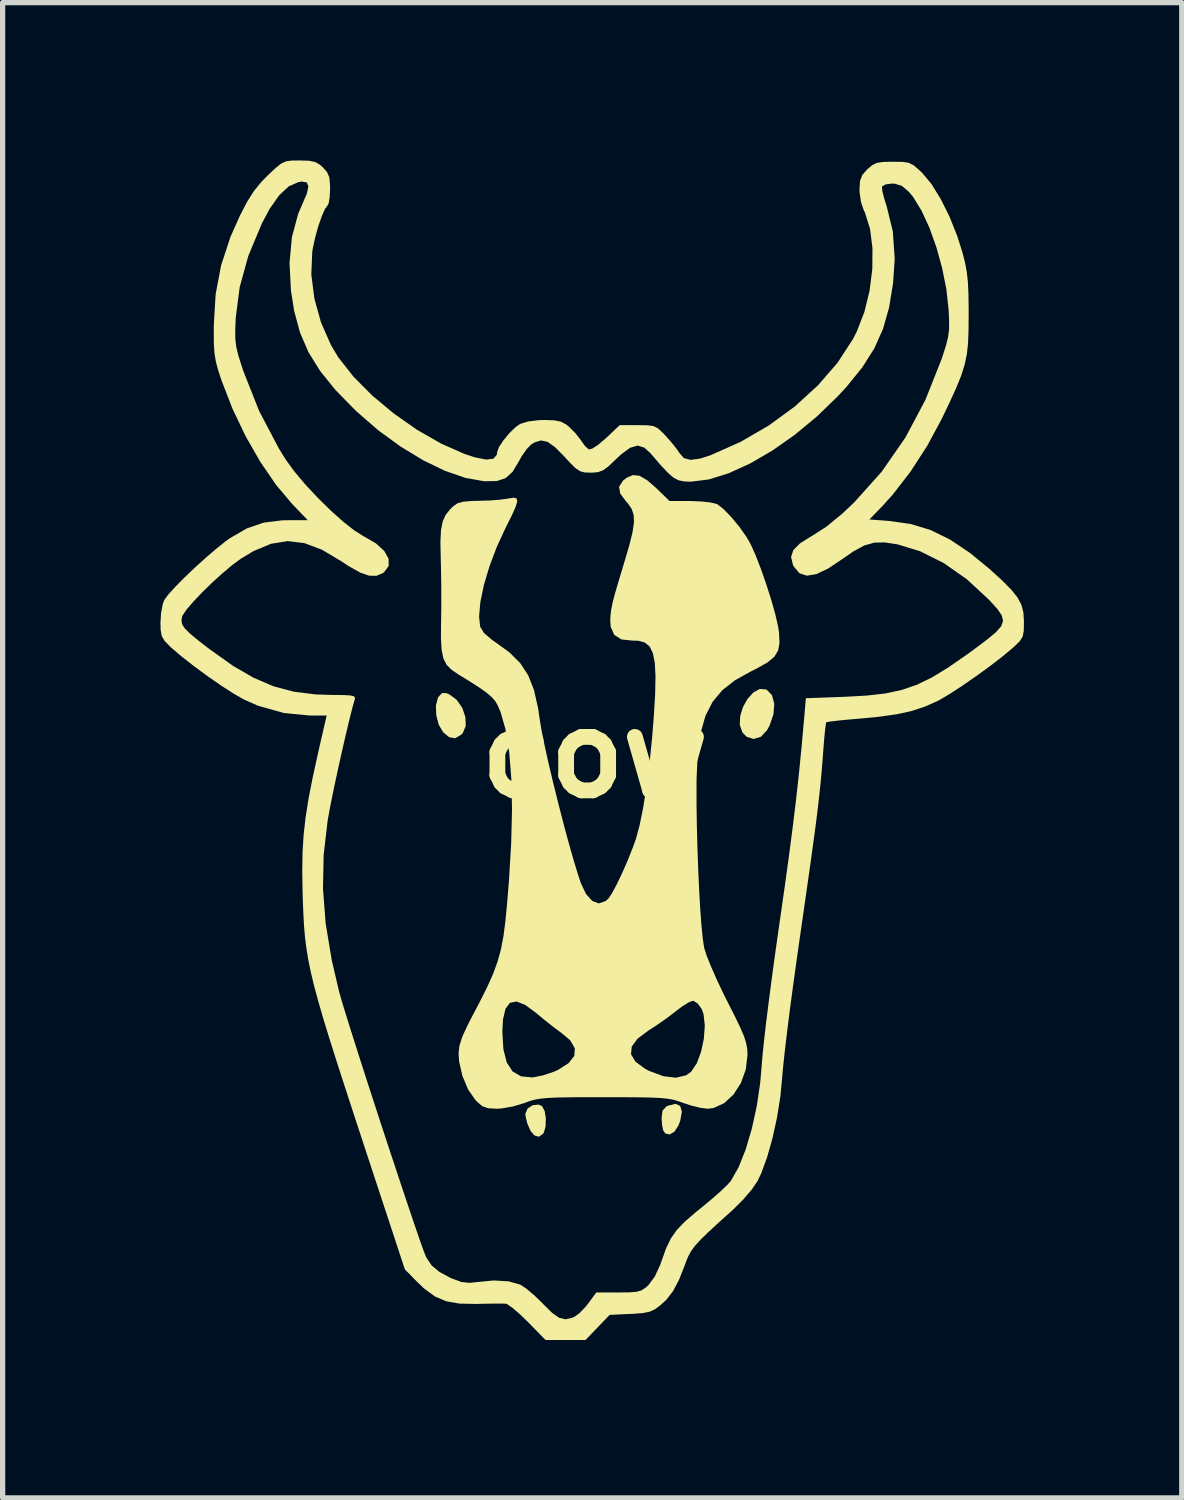
<source format=kicad_pcb>
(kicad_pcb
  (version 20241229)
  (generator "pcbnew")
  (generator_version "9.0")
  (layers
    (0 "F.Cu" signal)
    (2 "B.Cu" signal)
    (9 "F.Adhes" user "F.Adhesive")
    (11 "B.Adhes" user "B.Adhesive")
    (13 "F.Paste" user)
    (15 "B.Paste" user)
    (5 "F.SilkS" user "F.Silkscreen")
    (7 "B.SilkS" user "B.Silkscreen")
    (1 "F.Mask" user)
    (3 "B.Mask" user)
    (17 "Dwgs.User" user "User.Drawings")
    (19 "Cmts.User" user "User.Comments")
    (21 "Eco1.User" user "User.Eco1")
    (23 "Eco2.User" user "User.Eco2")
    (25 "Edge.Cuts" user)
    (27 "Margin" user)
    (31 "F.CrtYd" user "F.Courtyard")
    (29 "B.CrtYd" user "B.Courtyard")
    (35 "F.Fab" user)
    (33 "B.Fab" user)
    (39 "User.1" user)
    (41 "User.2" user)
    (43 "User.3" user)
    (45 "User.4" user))
  (footprint "cow"
    (layer "F.Cu")
    (at 8.255 11.283)
    (property "Reference" "cow" (at 0 0 0) (layer "F.SilkS") (effects (font (size 1.524 1.524) (thickness 0.3))))
    (attr board_only exclude_from_pos_files exclude_from_bom)
    (fp_poly (pts (xy 1.623 6.687) (xy 1.655 6.796) (xy 1.625 6.966) (xy 1.59 7.06) (xy 1.513 7.178) (xy 1.421 7.23) (xy 1.339 7.21) (xy 1.3 7.152) (xy 1.279 7.051) (xy 1.27 6.913) (xy 1.27 6.907) (xy 1.288 6.776) (xy 1.357 6.701) (xy 1.389 6.684) (xy 1.533 6.648)) (stroke (width 0) (type solid)) (fill yes) (layer "F.SilkS"))
    (fp_poly (pts (xy -1.003 6.691) (xy -0.953 6.783) (xy -0.93 6.926) (xy -0.935 7.078) (xy -0.969 7.196) (xy -0.987 7.219) (xy -1.061 7.273) (xy -1.136 7.252) (xy -1.157 7.24) (xy -1.222 7.159) (xy -1.281 7.025) (xy -1.316 6.882) (xy -1.319 6.834) (xy -1.277 6.737) (xy -1.18 6.674) (xy -1.066 6.662)) (stroke (width 0) (type solid)) (fill yes) (layer "F.SilkS"))
    (fp_poly (pts (xy -2.82 -1.157) (xy -2.765 -1.135) (xy -2.623 -1.03) (xy -2.518 -0.877) (xy -2.459 -0.702) (xy -2.453 -0.534) (xy -2.509 -0.398) (xy -2.532 -0.374) (xy -2.652 -0.302) (xy -2.767 -0.32) (xy -2.88 -0.414) (xy -2.965 -0.555) (xy -3.013 -0.737) (xy -3.02 -0.922) (xy -2.981 -1.072) (xy -2.964 -1.097) (xy -2.898 -1.161)) (stroke (width 0) (type solid)) (fill yes) (layer "F.SilkS"))
    (fp_poly (pts (xy 3.258 -1.228) (xy 3.269 -1.223) (xy 3.369 -1.118) (xy 3.412 -0.956) (xy 3.396 -0.757) (xy 3.323 -0.544) (xy 3.273 -0.452) (xy 3.156 -0.329) (xy 3.019 -0.287) (xy 2.887 -0.329) (xy 2.805 -0.413) (xy 2.756 -0.556) (xy 2.764 -0.724) (xy 2.817 -0.895) (xy 2.905 -1.052) (xy 3.015 -1.172) (xy 3.137 -1.238)) (stroke (width 0) (type solid)) (fill yes) (layer "F.SilkS"))
    (fp_poly (pts (xy 0.853 -5.289) (xy 0.999 -5.203) (xy 1.183 -5.042) (xy 1.186 -5.038) (xy 1.42 -4.811) (xy 1.821 -4.81) (xy 2.023 -4.802) (xy 2.197 -4.783) (xy 2.312 -4.756) (xy 2.327 -4.75) (xy 2.448 -4.656) (xy 2.596 -4.504) (xy 2.748 -4.32) (xy 2.882 -4.13) (xy 2.958 -3.999) (xy 3.053 -3.789) (xy 3.156 -3.524) (xy 3.259 -3.23) (xy 3.354 -2.932) (xy 3.432 -2.655) (xy 3.484 -2.426) (xy 3.502 -2.31) (xy 3.511 -2.115) (xy 3.485 -1.968) (xy 3.412 -1.849) (xy 3.28 -1.74) (xy 3.073 -1.624) (xy 2.963 -1.569) (xy 2.663 -1.402) (xy 2.424 -1.214) (xy 2.239 -0.993) (xy 2.104 -0.727) (xy 2.012 -0.405) (xy 1.957 -0.014) (xy 1.935 0.457) (xy 1.934 0.562) (xy 1.934 0.947) (xy 1.94 1.358) (xy 1.951 1.778) (xy 1.966 2.193) (xy 1.984 2.588) (xy 2.005 2.949) (xy 2.028 3.259) (xy 2.052 3.504) (xy 2.077 3.669) (xy 2.081 3.688) (xy 2.127 3.833) (xy 2.211 4.041) (xy 2.321 4.291) (xy 2.448 4.559) (xy 2.526 4.714) (xy 2.667 4.993) (xy 2.768 5.203) (xy 2.836 5.362) (xy 2.876 5.487) (xy 2.897 5.596) (xy 2.903 5.705) (xy 2.903 5.716) (xy 2.87 5.995) (xy 2.777 6.253) (xy 2.636 6.472) (xy 2.459 6.635) (xy 2.258 6.727) (xy 2.145 6.741) (xy 2.006 6.723) (xy 1.824 6.678) (xy 1.683 6.631) (xy 1.588 6.597) (xy 1.494 6.57) (xy 1.39 6.551) (xy 1.259 6.537) (xy 1.088 6.529) (xy 0.863 6.524) (xy 0.57 6.522) (xy 0.194 6.521) (xy 0.171 6.521) (xy -0.21 6.521) (xy -0.507 6.524) (xy -0.734 6.528) (xy -0.907 6.537) (xy -1.038 6.55) (xy -1.142 6.569) (xy -1.233 6.594) (xy -1.325 6.628) (xy -1.333 6.631) (xy -1.552 6.697) (xy -1.776 6.736) (xy -1.864 6.741) (xy -2.026 6.732) (xy -2.135 6.694) (xy -2.238 6.608) (xy -2.268 6.576) (xy -2.408 6.375) (xy -2.516 6.117) (xy -2.579 5.839) (xy -2.589 5.687) (xy -2.573 5.544) (xy -2.52 5.377) (xy -2.474 5.275) (xy -1.757 5.275) (xy -1.737 5.611) (xy -1.673 5.862) (xy -1.562 6.032) (xy -1.402 6.125) (xy -1.191 6.145) (xy -1.165 6.143) (xy -0.982 6.106) (xy -0.781 6.039) (xy -0.701 6.004) (xy -0.497 5.874) (xy -0.389 5.736) (xy -0.387 5.706) (xy 0.689 5.706) (xy 0.773 5.846) (xy 0.954 5.98) (xy 1.033 6.022) (xy 1.305 6.123) (xy 1.543 6.151) (xy 1.737 6.105) (xy 1.83 6.039) (xy 1.938 5.879) (xy 2.021 5.657) (xy 2.074 5.406) (xy 2.091 5.157) (xy 2.067 4.942) (xy 2.032 4.845) (xy 1.956 4.741) (xy 1.876 4.69) (xy 1.866 4.689) (xy 1.785 4.719) (xy 1.661 4.796) (xy 1.546 4.883) (xy 1.371 5.018) (xy 1.164 5.162) (xy 1.022 5.253) (xy 0.814 5.408) (xy 0.703 5.559) (xy 0.689 5.706) (xy -0.387 5.706) (xy -0.379 5.592) (xy -0.466 5.442) (xy -0.626 5.306) (xy -0.782 5.191) (xy -0.966 5.045) (xy -1.117 4.919) (xy -1.323 4.767) (xy -1.487 4.703) (xy -1.612 4.727) (xy -1.697 4.841) (xy -1.745 5.044) (xy -1.757 5.275) (xy -2.474 5.275) (xy -2.422 5.162) (xy -2.362 5.045) (xy -2.184 4.705) (xy -2.042 4.422) (xy -1.932 4.176) (xy -1.849 3.948) (xy -1.785 3.718) (xy -1.737 3.468) (xy -1.699 3.178) (xy -1.666 2.828) (xy -1.632 2.418) (xy -1.589 1.701) (xy -1.573 1.05) (xy -1.586 0.47) (xy -1.626 -0.033) (xy -1.693 -0.456) (xy -1.788 -0.792) (xy -1.843 -0.921) (xy -1.89 -1.004) (xy -1.956 -1.081) (xy -2.055 -1.166) (xy -2.2 -1.268) (xy -2.406 -1.4) (xy -2.593 -1.514) (xy -2.723 -1.603) (xy -2.816 -1.697) (xy -2.876 -1.814) (xy -2.91 -1.973) (xy -2.924 -2.19) (xy -2.922 -2.485) (xy -2.921 -2.53) (xy -2.917 -2.844) (xy -2.918 -3.197) (xy -2.923 -3.537) (xy -2.928 -3.737) (xy -2.934 -4.035) (xy -2.923 -4.256) (xy -2.891 -4.421) (xy -2.833 -4.549) (xy -2.743 -4.66) (xy -2.686 -4.714) (xy -2.608 -4.767) (xy -2.501 -4.797) (xy -2.34 -4.811) (xy -2.205 -4.814) (xy -1.994 -4.82) (xy -1.796 -4.836) (xy -1.652 -4.856) (xy -1.649 -4.857) (xy -1.546 -4.873) (xy -1.487 -4.861) (xy -1.473 -4.807) (xy -1.503 -4.702) (xy -1.579 -4.532) (xy -1.687 -4.317) (xy -1.859 -3.947) (xy -2 -3.574) (xy -2.107 -3.216) (xy -2.175 -2.89) (xy -2.199 -2.614) (xy -2.179 -2.421) (xy -2.106 -2.301) (xy -1.948 -2.167) (xy -1.891 -2.128) (xy -1.622 -1.933) (xy -1.417 -1.729) (xy -1.265 -1.496) (xy -1.155 -1.217) (xy -1.077 -0.87) (xy -1.044 -0.643) (xy -1.01 -0.441) (xy -0.954 -0.165) (xy -0.88 0.169) (xy -0.792 0.539) (xy -0.695 0.929) (xy -0.595 1.319) (xy -0.495 1.69) (xy -0.4 2.024) (xy -0.315 2.302) (xy -0.267 2.446) (xy -0.167 2.659) (xy -0.049 2.791) (xy 0.077 2.838) (xy 0.204 2.795) (xy 0.26 2.745) (xy 0.328 2.644) (xy 0.419 2.473) (xy 0.523 2.256) (xy 0.628 2.016) (xy 0.723 1.775) (xy 0.781 1.615) (xy 0.851 1.358) (xy 0.92 1.018) (xy 0.985 0.61) (xy 1.043 0.151) (xy 1.093 -0.346) (xy 1.123 -0.729) (xy 1.148 -1.149) (xy 1.154 -1.481) (xy 1.141 -1.735) (xy 1.104 -1.92) (xy 1.042 -2.046) (xy 0.951 -2.12) (xy 0.83 -2.154) (xy 0.716 -2.157) (xy 0.507 -2.179) (xy 0.37 -2.266) (xy 0.302 -2.42) (xy 0.294 -2.528) (xy 0.298 -2.631) (xy 0.311 -2.738) (xy 0.336 -2.866) (xy 0.378 -3.031) (xy 0.442 -3.251) (xy 0.53 -3.542) (xy 0.559 -3.639) (xy 0.655 -3.964) (xy 0.717 -4.214) (xy 0.745 -4.403) (xy 0.739 -4.547) (xy 0.7 -4.663) (xy 0.629 -4.765) (xy 0.593 -4.804) (xy 0.482 -4.954) (xy 0.463 -5.084) (xy 0.539 -5.201) (xy 0.612 -5.256) (xy 0.729 -5.304)) (stroke (width 0) (type solid)) (fill yes) (layer "F.SilkS"))
    (fp_poly (pts (xy -5.431 -11.278) (xy -5.313 -11.253) (xy -5.222 -11.2) (xy -5.168 -11.152) (xy -5.088 -11.061) (xy -5.046 -10.964) (xy -5.032 -10.822) (xy -5.031 -10.74) (xy -5.039 -10.583) (xy -5.058 -10.469) (xy -5.077 -10.431) (xy -5.129 -10.36) (xy -5.191 -10.218) (xy -5.256 -10.03) (xy -5.314 -9.821) (xy -5.359 -9.615) (xy -5.37 -9.546) (xy -5.388 -9.116) (xy -5.33 -8.66) (xy -5.203 -8.203) (xy -5.013 -7.772) (xy -4.875 -7.541) (xy -4.589 -7.177) (xy -4.23 -6.815) (xy -3.818 -6.472) (xy -3.375 -6.162) (xy -2.921 -5.902) (xy -2.479 -5.706) (xy -2.281 -5.641) (xy -2.067 -5.598) (xy -1.929 -5.613) (xy -1.863 -5.687) (xy -1.856 -5.738) (xy -1.823 -5.832) (xy -1.738 -5.961) (xy -1.625 -6.098) (xy -1.506 -6.214) (xy -1.42 -6.275) (xy -1.273 -6.321) (xy -1.068 -6.347) (xy -0.959 -6.35) (xy -0.771 -6.344) (xy -0.645 -6.319) (xy -0.544 -6.265) (xy -0.493 -6.224) (xy -0.369 -6.101) (xy -0.267 -5.97) (xy -0.259 -5.957) (xy -0.183 -5.852) (xy -0.112 -5.791) (xy -0.109 -5.79) (xy -0.042 -5.809) (xy 0.071 -5.884) (xy 0.208 -6.001) (xy 0.216 -6.008) (xy 0.473 -6.252) (xy 0.817 -6.252) (xy 0.998 -6.25) (xy 1.115 -6.234) (xy 1.201 -6.192) (xy 1.29 -6.11) (xy 1.356 -6.04) (xy 1.474 -5.905) (xy 1.569 -5.783) (xy 1.608 -5.723) (xy 1.694 -5.626) (xy 1.824 -5.592) (xy 2.009 -5.618) (xy 2.202 -5.681) (xy 2.769 -5.933) (xy 3.307 -6.245) (xy 3.802 -6.607) (xy 4.242 -7.009) (xy 4.615 -7.439) (xy 4.906 -7.886) (xy 4.979 -8.029) (xy 5.124 -8.402) (xy 5.223 -8.806) (xy 5.275 -9.218) (xy 5.278 -9.618) (xy 5.232 -9.983) (xy 5.135 -10.292) (xy 5.11 -10.345) (xy 5.061 -10.489) (xy 5.034 -10.67) (xy 5.031 -10.735) (xy 5.042 -10.897) (xy 5.086 -11.009) (xy 5.181 -11.116) (xy 5.271 -11.193) (xy 5.36 -11.236) (xy 5.48 -11.255) (xy 5.665 -11.259) (xy 5.667 -11.259) (xy 5.847 -11.256) (xy 5.966 -11.239) (xy 6.06 -11.192) (xy 6.165 -11.102) (xy 6.23 -11.039) (xy 6.402 -10.832) (xy 6.576 -10.549) (xy 6.743 -10.214) (xy 6.889 -9.848) (xy 6.991 -9.525) (xy 7.038 -9.341) (xy 7.07 -9.168) (xy 7.091 -8.981) (xy 7.102 -8.755) (xy 7.106 -8.465) (xy 7.106 -8.353) (xy 7.104 -8.054) (xy 7.095 -7.81) (xy 7.072 -7.599) (xy 7.03 -7.401) (xy 6.965 -7.195) (xy 6.871 -6.962) (xy 6.742 -6.68) (xy 6.595 -6.372) (xy 6.318 -5.858) (xy 6 -5.367) (xy 5.661 -4.929) (xy 5.462 -4.709) (xy 5.22 -4.459) (xy 5.602 -4.431) (xy 6.002 -4.374) (xy 6.38 -4.26) (xy 6.75 -4.079) (xy 7.131 -3.824) (xy 7.496 -3.525) (xy 7.74 -3.303) (xy 7.917 -3.125) (xy 8.037 -2.974) (xy 8.11 -2.835) (xy 8.147 -2.69) (xy 8.157 -2.525) (xy 8.157 -2.511) (xy 8.154 -2.343) (xy 8.133 -2.233) (xy 8.078 -2.146) (xy 7.972 -2.042) (xy 7.925 -2.001) (xy 7.738 -1.846) (xy 7.505 -1.667) (xy 7.247 -1.48) (xy 6.989 -1.301) (xy 6.754 -1.148) (xy 6.564 -1.035) (xy 6.521 -1.012) (xy 6.278 -0.904) (xy 6.028 -0.821) (xy 5.745 -0.758) (xy 5.408 -0.71) (xy 5.086 -0.679) (xy 4.842 -0.658) (xy 4.635 -0.638) (xy 4.484 -0.62) (xy 4.406 -0.608) (xy 4.4 -0.605) (xy 4.389 -0.552) (xy 4.373 -0.421) (xy 4.356 -0.234) (xy 4.341 -0.037) (xy 4.324 0.186) (xy 4.306 0.401) (xy 4.285 0.618) (xy 4.26 0.849) (xy 4.23 1.105) (xy 4.193 1.397) (xy 4.147 1.735) (xy 4.092 2.131) (xy 4.026 2.595) (xy 3.948 3.138) (xy 3.897 3.493) (xy 3.831 3.955) (xy 3.768 4.411) (xy 3.71 4.844) (xy 3.66 5.242) (xy 3.618 5.591) (xy 3.587 5.875) (xy 3.567 6.082) (xy 3.564 6.13) (xy 3.527 6.512) (xy 3.463 6.912) (xy 3.377 7.304) (xy 3.275 7.664) (xy 3.164 7.967) (xy 3.095 8.113) (xy 2.984 8.276) (xy 2.819 8.469) (xy 2.625 8.662) (xy 2.596 8.688) (xy 2.339 8.919) (xy 2.145 9.099) (xy 2.002 9.239) (xy 1.901 9.351) (xy 1.83 9.448) (xy 1.778 9.543) (xy 1.735 9.648) (xy 1.718 9.696) (xy 1.603 9.988) (xy 1.489 10.205) (xy 1.361 10.371) (xy 1.246 10.477) (xy 1.143 10.553) (xy 1.041 10.599) (xy 0.911 10.625) (xy 0.72 10.639) (xy 0.674 10.641) (xy 0.283 10.659) (xy 0.053 10.898) (xy -0.177 11.137) (xy -0.935 11.137) (xy -1.27 10.795) (xy -1.423 10.647) (xy -1.559 10.53) (xy -1.659 10.459) (xy -1.694 10.446) (xy -1.78 10.444) (xy -1.937 10.445) (xy -2.138 10.448) (xy -2.249 10.451) (xy -2.569 10.445) (xy -2.822 10.401) (xy -3.038 10.309) (xy -3.243 10.159) (xy -3.383 10.025) (xy -3.61 9.794) (xy -4.342 7.571) (xy -4.56 6.908) (xy -4.749 6.328) (xy -4.912 5.824) (xy -5.05 5.387) (xy -5.166 5.008) (xy -5.261 4.678) (xy -5.339 4.39) (xy -5.4 4.133) (xy -5.447 3.9) (xy -5.483 3.681) (xy -5.509 3.469) (xy -5.527 3.254) (xy -5.539 3.028) (xy -5.549 2.782) (xy -5.554 2.589) (xy -5.56 2.206) (xy -5.554 1.861) (xy -5.534 1.535) (xy -5.497 1.205) (xy -5.441 0.849) (xy -5.362 0.447) (xy -5.259 -0.022) (xy -5.234 -0.134) (xy -5.096 -0.733) (xy -5.418 -0.733) (xy -5.91 -0.781) (xy -6.395 -0.917) (xy -6.656 -1.031) (xy -6.849 -1.14) (xy -7.091 -1.295) (xy -7.357 -1.479) (xy -7.622 -1.674) (xy -7.862 -1.862) (xy -8.052 -2.025) (xy -8.072 -2.044) (xy -8.176 -2.151) (xy -8.231 -2.244) (xy -8.252 -2.362) (xy -8.255 -2.503) (xy -8.253 -2.534) (xy -7.856 -2.534) (xy -7.842 -2.464) (xy -7.791 -2.387) (xy -7.693 -2.29) (xy -7.538 -2.161) (xy -7.314 -1.988) (xy -7.302 -1.98) (xy -6.877 -1.678) (xy -6.486 -1.451) (xy -6.107 -1.289) (xy -5.721 -1.186) (xy -5.306 -1.134) (xy -4.991 -1.124) (xy -4.778 -1.122) (xy -4.646 -1.115) (xy -4.578 -1.098) (xy -4.557 -1.07) (xy -4.563 -1.038) (xy -4.61 -0.87) (xy -4.671 -0.627) (xy -4.741 -0.332) (xy -4.816 -0.004) (xy -4.891 0.334) (xy -4.961 0.662) (xy -5.021 0.957) (xy -5.066 1.199) (xy -5.078 1.27) (xy -5.153 1.914) (xy -5.166 2.558) (xy -5.115 3.22) (xy -4.999 3.919) (xy -4.861 4.509) (xy -4.821 4.652) (xy -4.756 4.868) (xy -4.669 5.148) (xy -4.564 5.48) (xy -4.445 5.853) (xy -4.315 6.256) (xy -4.178 6.679) (xy -4.037 7.111) (xy -3.896 7.539) (xy -3.758 7.955) (xy -3.628 8.346) (xy -3.509 8.701) (xy -3.404 9.011) (xy -3.317 9.263) (xy -3.251 9.447) (xy -3.21 9.551) (xy -3.204 9.565) (xy -3.101 9.719) (xy -2.956 9.841) (xy -2.744 9.955) (xy -2.714 9.968) (xy -2.534 10.034) (xy -2.378 10.05) (xy -2.252 10.037) (xy -1.922 10.005) (xy -1.638 10.021) (xy -1.419 10.084) (xy -1.409 10.088) (xy -1.296 10.164) (xy -1.148 10.289) (xy -0.995 10.437) (xy -0.975 10.459) (xy -0.808 10.623) (xy -0.676 10.715) (xy -0.557 10.743) (xy -0.432 10.715) (xy -0.381 10.692) (xy -0.286 10.622) (xy -0.173 10.503) (xy -0.12 10.436) (xy 0.029 10.233) (xy 0.451 10.233) (xy 0.658 10.231) (xy 0.794 10.22) (xy 0.886 10.194) (xy 0.96 10.146) (xy 1.021 10.092) (xy 1.141 9.93) (xy 1.247 9.7) (xy 1.272 9.628) (xy 1.354 9.397) (xy 1.443 9.211) (xy 1.556 9.049) (xy 1.71 8.888) (xy 1.921 8.706) (xy 2.03 8.618) (xy 2.22 8.461) (xy 2.391 8.311) (xy 2.521 8.186) (xy 2.587 8.112) (xy 2.733 7.854) (xy 2.867 7.519) (xy 2.984 7.124) (xy 3.079 6.69) (xy 3.146 6.236) (xy 3.175 5.886) (xy 3.19 5.708) (xy 3.217 5.448) (xy 3.255 5.119) (xy 3.303 4.735) (xy 3.358 4.312) (xy 3.419 3.862) (xy 3.484 3.4) (xy 3.506 3.248) (xy 3.605 2.557) (xy 3.69 1.943) (xy 3.762 1.388) (xy 3.825 0.871) (xy 3.88 0.376) (xy 3.929 -0.119) (xy 3.975 -0.631) (xy 3.987 -0.763) (xy 4.012 -1.062) (xy 4.753 -1.089) (xy 5.169 -1.112) (xy 5.521 -1.152) (xy 5.83 -1.218) (xy 6.118 -1.316) (xy 6.407 -1.456) (xy 6.717 -1.645) (xy 7.071 -1.89) (xy 7.193 -1.979) (xy 7.443 -2.166) (xy 7.618 -2.31) (xy 7.723 -2.427) (xy 7.76 -2.531) (xy 7.736 -2.636) (xy 7.654 -2.756) (xy 7.518 -2.906) (xy 7.486 -2.94) (xy 7.072 -3.323) (xy 6.634 -3.63) (xy 6.185 -3.855) (xy 5.761 -3.985) (xy 5.515 -4.023) (xy 5.311 -4.019) (xy 5.12 -3.964) (xy 4.913 -3.851) (xy 4.717 -3.715) (xy 4.438 -3.528) (xy 4.211 -3.42) (xy 4.03 -3.391) (xy 3.889 -3.438) (xy 3.784 -3.563) (xy 3.764 -3.604) (xy 3.731 -3.747) (xy 3.774 -3.878) (xy 3.901 -4.006) (xy 4.117 -4.141) (xy 4.137 -4.152) (xy 4.401 -4.321) (xy 4.705 -4.571) (xy 4.934 -4.787) (xy 5.455 -5.369) (xy 5.905 -6.018) (xy 6.285 -6.734) (xy 6.596 -7.518) (xy 6.598 -7.524) (xy 6.67 -7.748) (xy 6.714 -7.919) (xy 6.734 -8.072) (xy 6.735 -8.247) (xy 6.725 -8.45) (xy 6.682 -8.838) (xy 6.602 -9.24) (xy 6.492 -9.637) (xy 6.359 -10.008) (xy 6.209 -10.332) (xy 6.051 -10.589) (xy 5.972 -10.685) (xy 5.84 -10.798) (xy 5.706 -10.841) (xy 5.651 -10.844) (xy 5.531 -10.829) (xy 5.462 -10.791) (xy 5.459 -10.784) (xy 5.464 -10.71) (xy 5.497 -10.575) (xy 5.549 -10.409) (xy 5.665 -9.935) (xy 5.701 -9.412) (xy 5.67 -8.952) (xy 5.594 -8.487) (xy 5.478 -8.08) (xy 5.312 -7.709) (xy 5.085 -7.351) (xy 4.787 -6.983) (xy 4.62 -6.802) (xy 4.221 -6.416) (xy 3.802 -6.069) (xy 3.375 -5.769) (xy 2.952 -5.523) (xy 2.545 -5.338) (xy 2.167 -5.22) (xy 1.828 -5.178) (xy 1.818 -5.178) (xy 1.694 -5.183) (xy 1.591 -5.205) (xy 1.494 -5.256) (xy 1.387 -5.349) (xy 1.251 -5.494) (xy 1.072 -5.703) (xy 1.068 -5.709) (xy 0.942 -5.825) (xy 0.814 -5.864) (xy 0.672 -5.822) (xy 0.503 -5.699) (xy 0.403 -5.605) (xy 0.262 -5.471) (xy 0.158 -5.394) (xy 0.063 -5.359) (xy -0.052 -5.349) (xy -0.08 -5.349) (xy -0.193 -5.353) (xy -0.28 -5.377) (xy -0.366 -5.434) (xy -0.473 -5.54) (xy -0.578 -5.655) (xy -0.754 -5.833) (xy -0.895 -5.933) (xy -1.02 -5.962) (xy -1.144 -5.924) (xy -1.211 -5.883) (xy -1.296 -5.795) (xy -1.392 -5.657) (xy -1.442 -5.566) (xy -1.563 -5.365) (xy -1.694 -5.245) (xy -1.862 -5.19) (xy -2.092 -5.186) (xy -2.113 -5.188) (xy -2.461 -5.25) (xy -2.85 -5.385) (xy -3.264 -5.586) (xy -3.689 -5.844) (xy -4.112 -6.152) (xy -4.516 -6.502) (xy -4.556 -6.539) (xy -4.928 -6.92) (xy -5.22 -7.281) (xy -5.442 -7.639) (xy -5.603 -8.013) (xy -5.713 -8.42) (xy -5.775 -8.808) (xy -5.802 -9.339) (xy -5.756 -9.83) (xy -5.637 -10.27) (xy -5.563 -10.443) (xy -5.473 -10.652) (xy -5.443 -10.791) (xy -5.474 -10.865) (xy -5.567 -10.882) (xy -5.629 -10.873) (xy -5.815 -10.792) (xy -5.998 -10.622) (xy -6.182 -10.36) (xy -6.327 -10.087) (xy -6.584 -9.473) (xy -6.749 -8.876) (xy -6.825 -8.289) (xy -6.825 -8.279) (xy -6.834 -8.057) (xy -6.832 -7.887) (xy -6.814 -7.738) (xy -6.774 -7.574) (xy -6.708 -7.364) (xy -6.676 -7.27) (xy -6.379 -6.52) (xy -6.004 -5.807) (xy -5.872 -5.595) (xy -5.711 -5.373) (xy -5.505 -5.128) (xy -5.27 -4.876) (xy -5.024 -4.634) (xy -4.785 -4.42) (xy -4.568 -4.249) (xy -4.392 -4.139) (xy -4.383 -4.135) (xy -4.157 -4.003) (xy -4 -3.859) (xy -3.919 -3.713) (xy -3.917 -3.577) (xy -4.002 -3.46) (xy -4.03 -3.439) (xy -4.151 -3.388) (xy -4.29 -3.391) (xy -4.461 -3.451) (xy -4.679 -3.574) (xy -4.827 -3.671) (xy -5.187 -3.885) (xy -5.52 -4.01) (xy -5.838 -4.048) (xy -6.155 -3.997) (xy -6.485 -3.859) (xy -6.73 -3.712) (xy -6.894 -3.59) (xy -7.082 -3.432) (xy -7.279 -3.253) (xy -7.468 -3.068) (xy -7.634 -2.893) (xy -7.762 -2.744) (xy -7.835 -2.635) (xy -7.845 -2.61) (xy -7.856 -2.534) (xy -8.253 -2.534) (xy -8.243 -2.687) (xy -8.211 -2.852) (xy -8.184 -2.927) (xy -8.112 -3.026) (xy -7.981 -3.171) (xy -7.808 -3.347) (xy -7.608 -3.538) (xy -7.398 -3.728) (xy -7.195 -3.902) (xy -7.016 -4.045) (xy -6.935 -4.103) (xy -6.613 -4.29) (xy -6.295 -4.399) (xy -5.942 -4.443) (xy -5.828 -4.445) (xy -5.455 -4.445) (xy -5.751 -4.753) (xy -6.056 -5.115) (xy -6.356 -5.552) (xy -6.637 -6.043) (xy -6.887 -6.566) (xy -7.093 -7.098) (xy -7.159 -7.298) (xy -7.202 -7.461) (xy -7.228 -7.617) (xy -7.24 -7.797) (xy -7.242 -8.031) (xy -7.241 -8.157) (xy -7.206 -8.743) (xy -7.102 -9.291) (xy -6.925 -9.83) (xy -6.746 -10.232) (xy -6.607 -10.499) (xy -6.477 -10.704) (xy -6.335 -10.878) (xy -6.212 -11.003) (xy -6.066 -11.14) (xy -5.962 -11.223) (xy -5.87 -11.266) (xy -5.763 -11.281) (xy -5.611 -11.283)) (stroke (width 0) (type solid)) (fill yes) (layer "F.SilkS")))
  (gr_rect
    (start -3 -3)
    (end 19.412 25.42)
    (stroke (width 0.1) (type default))
    (fill no)
    (layer "Edge.Cuts")))
</source>
